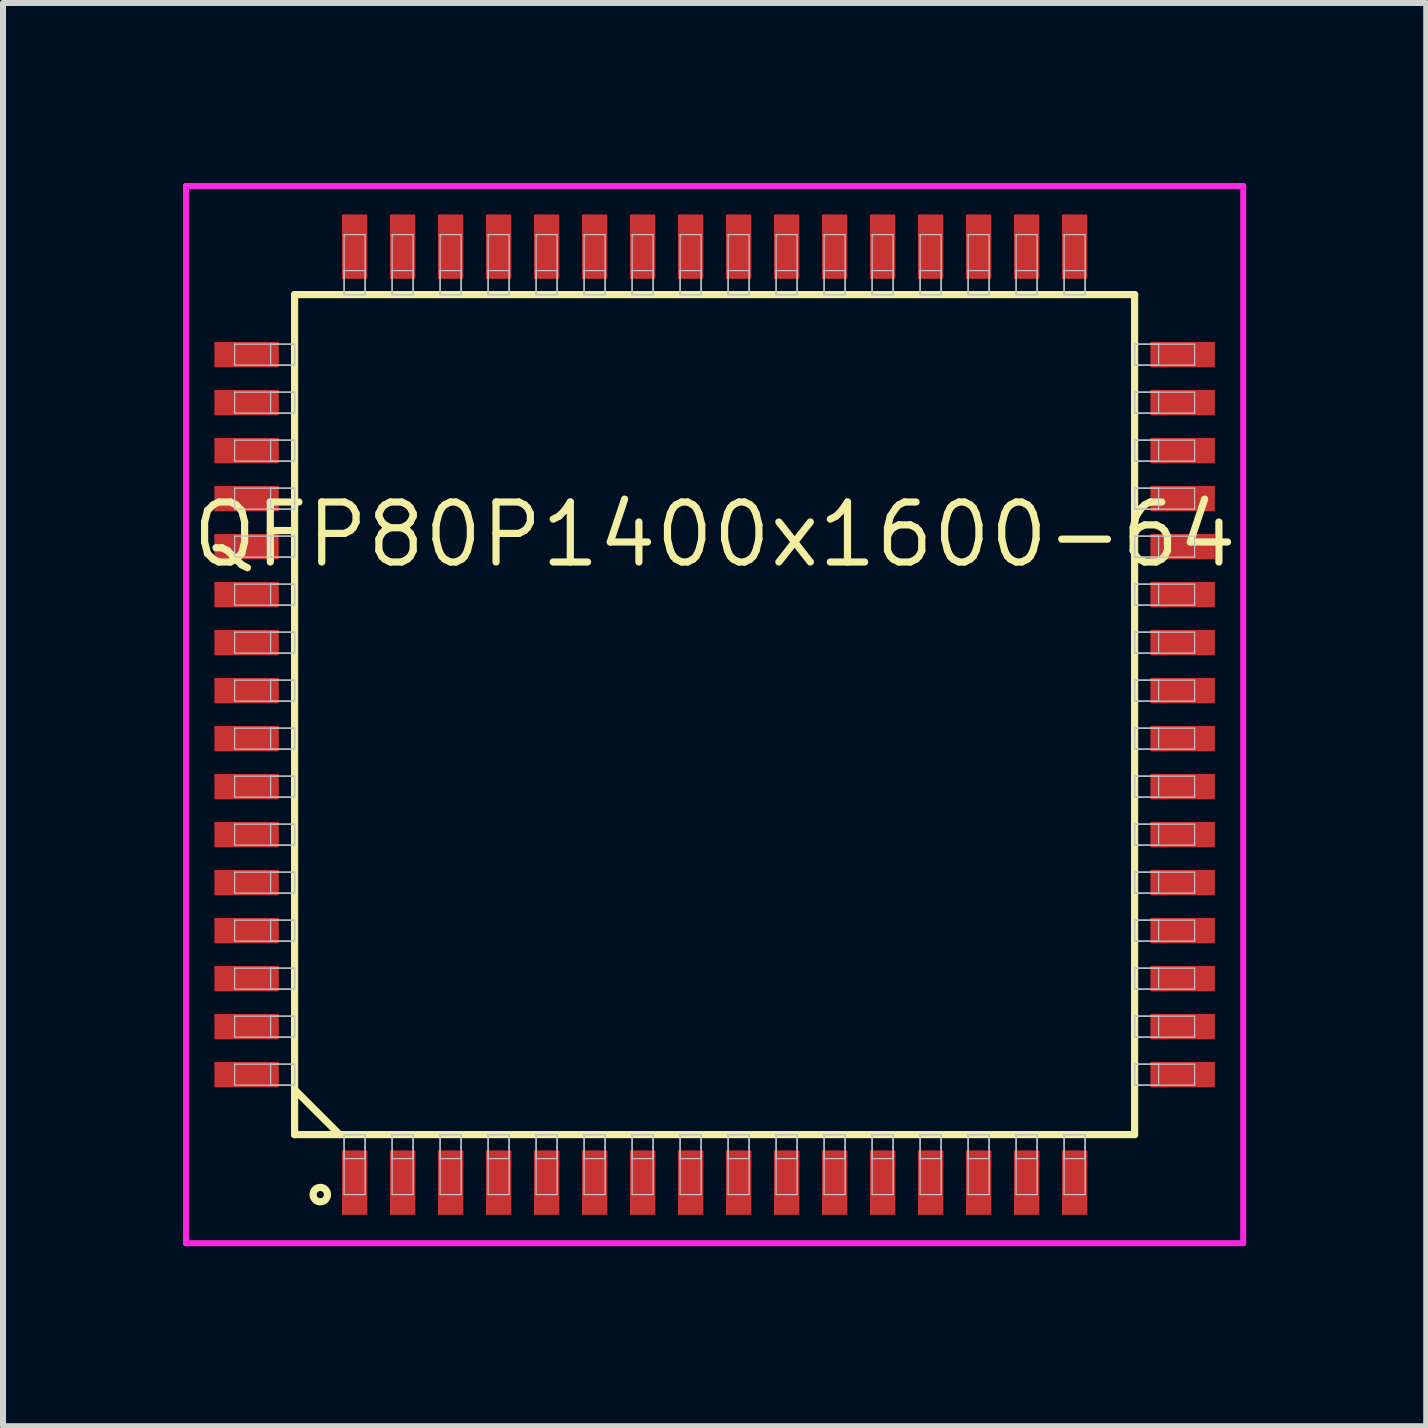
<source format=kicad_pcb>
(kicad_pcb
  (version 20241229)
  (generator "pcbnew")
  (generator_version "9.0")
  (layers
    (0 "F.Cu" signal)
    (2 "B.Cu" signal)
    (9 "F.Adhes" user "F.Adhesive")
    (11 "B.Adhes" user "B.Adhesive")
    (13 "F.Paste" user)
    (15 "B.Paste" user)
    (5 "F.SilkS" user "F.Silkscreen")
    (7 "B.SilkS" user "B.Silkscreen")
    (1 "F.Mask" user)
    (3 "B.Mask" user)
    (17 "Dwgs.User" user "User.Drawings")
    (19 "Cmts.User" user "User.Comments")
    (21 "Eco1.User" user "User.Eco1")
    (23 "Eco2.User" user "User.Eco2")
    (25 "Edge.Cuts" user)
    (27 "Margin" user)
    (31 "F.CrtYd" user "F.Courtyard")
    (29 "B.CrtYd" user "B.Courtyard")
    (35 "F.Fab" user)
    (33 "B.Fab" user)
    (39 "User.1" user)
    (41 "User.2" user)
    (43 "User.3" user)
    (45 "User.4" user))
  (footprint "QFP80P1400x1600-64"
    (layer "F.Cu")
    (at 8.86 8.86)
    (property "Reference" "QFP80P1400x1600-64" (at 0 -3 0) (layer "F.SilkS") (effects (font (size 1 1) (thickness 0.12))))
    (attr through_hole)
    (fp_line (start -7 -7) (end -7 7) (stroke (width 0.12) (type solid)) (layer "F.SilkS"))
    (fp_line (start -7 6.25) (end -6.25 7) (stroke (width 0.12) (type solid)) (layer "F.SilkS"))
    (fp_line (start -7 7) (end 7 7) (stroke (width 0.12) (type solid)) (layer "F.SilkS"))
    (fp_line (start 7 -7) (end -7 -7) (stroke (width 0.12) (type solid)) (layer "F.SilkS"))
    (fp_line (start 7 7) (end 7 -7) (stroke (width 0.12) (type solid)) (layer "F.SilkS"))
    (fp_circle (center -6.572 8) (end -6.452 8) (stroke (width 0.12) (type solid)) (fill no) (layer "F.SilkS"))
    (fp_line (start -8 -6.175) (end -8 -5.825) (stroke (width 0.02) (type solid)) (layer "Dwgs.User"))
    (fp_line (start -8 -5.825) (end -7 -5.825) (stroke (width 0.02) (type solid)) (layer "Dwgs.User"))
    (fp_line (start -8 -5.375) (end -8 -5.025) (stroke (width 0.02) (type solid)) (layer "Dwgs.User"))
    (fp_line (start -8 -5.025) (end -7 -5.025) (stroke (width 0.02) (type solid)) (layer "Dwgs.User"))
    (fp_line (start -8 -4.575) (end -8 -4.225) (stroke (width 0.02) (type solid)) (layer "Dwgs.User"))
    (fp_line (start -8 -4.225) (end -7 -4.225) (stroke (width 0.02) (type solid)) (layer "Dwgs.User"))
    (fp_line (start -8 -3.775) (end -8 -3.425) (stroke (width 0.02) (type solid)) (layer "Dwgs.User"))
    (fp_line (start -8 -3.425) (end -7 -3.425) (stroke (width 0.02) (type solid)) (layer "Dwgs.User"))
    (fp_line (start -8 -2.975) (end -8 -2.625) (stroke (width 0.02) (type solid)) (layer "Dwgs.User"))
    (fp_line (start -8 -2.625) (end -7 -2.625) (stroke (width 0.02) (type solid)) (layer "Dwgs.User"))
    (fp_line (start -8 -2.175) (end -8 -1.825) (stroke (width 0.02) (type solid)) (layer "Dwgs.User"))
    (fp_line (start -8 -1.825) (end -7 -1.825) (stroke (width 0.02) (type solid)) (layer "Dwgs.User"))
    (fp_line (start -8 -1.375) (end -8 -1.025) (stroke (width 0.02) (type solid)) (layer "Dwgs.User"))
    (fp_line (start -8 -1.025) (end -7 -1.025) (stroke (width 0.02) (type solid)) (layer "Dwgs.User"))
    (fp_line (start -8 -0.575) (end -8 -0.225) (stroke (width 0.02) (type solid)) (layer "Dwgs.User"))
    (fp_line (start -8 -0.225) (end -7 -0.225) (stroke (width 0.02) (type solid)) (layer "Dwgs.User"))
    (fp_line (start -8 0.225) (end -8 0.575) (stroke (width 0.02) (type solid)) (layer "Dwgs.User"))
    (fp_line (start -8 0.575) (end -7 0.575) (stroke (width 0.02) (type solid)) (layer "Dwgs.User"))
    (fp_line (start -8 1.025) (end -8 1.375) (stroke (width 0.02) (type solid)) (layer "Dwgs.User"))
    (fp_line (start -8 1.375) (end -7 1.375) (stroke (width 0.02) (type solid)) (layer "Dwgs.User"))
    (fp_line (start -8 1.825) (end -8 2.175) (stroke (width 0.02) (type solid)) (layer "Dwgs.User"))
    (fp_line (start -8 2.175) (end -7 2.175) (stroke (width 0.02) (type solid)) (layer "Dwgs.User"))
    (fp_line (start -8 2.625) (end -8 2.975) (stroke (width 0.02) (type solid)) (layer "Dwgs.User"))
    (fp_line (start -8 2.975) (end -7 2.975) (stroke (width 0.02) (type solid)) (layer "Dwgs.User"))
    (fp_line (start -8 3.425) (end -8 3.775) (stroke (width 0.02) (type solid)) (layer "Dwgs.User"))
    (fp_line (start -8 3.775) (end -7 3.775) (stroke (width 0.02) (type solid)) (layer "Dwgs.User"))
    (fp_line (start -8 4.225) (end -8 4.575) (stroke (width 0.02) (type solid)) (layer "Dwgs.User"))
    (fp_line (start -8 4.575) (end -7 4.575) (stroke (width 0.02) (type solid)) (layer "Dwgs.User"))
    (fp_line (start -8 5.025) (end -8 5.375) (stroke (width 0.02) (type solid)) (layer "Dwgs.User"))
    (fp_line (start -8 5.375) (end -7 5.375) (stroke (width 0.02) (type solid)) (layer "Dwgs.User"))
    (fp_line (start -8 5.825) (end -8 6.175) (stroke (width 0.02) (type solid)) (layer "Dwgs.User"))
    (fp_line (start -8 6.175) (end -7 6.175) (stroke (width 0.02) (type solid)) (layer "Dwgs.User"))
    (fp_line (start -7.4 -6.175) (end -7.4 -5.825) (stroke (width 0.02) (type solid)) (layer "Dwgs.User"))
    (fp_line (start -7.4 -5.825) (end -7 -5.825) (stroke (width 0.02) (type solid)) (layer "Dwgs.User"))
    (fp_line (start -7.4 -5.375) (end -7.4 -5.025) (stroke (width 0.02) (type solid)) (layer "Dwgs.User"))
    (fp_line (start -7.4 -5.025) (end -7 -5.025) (stroke (width 0.02) (type solid)) (layer "Dwgs.User"))
    (fp_line (start -7.4 -4.575) (end -7.4 -4.225) (stroke (width 0.02) (type solid)) (layer "Dwgs.User"))
    (fp_line (start -7.4 -4.225) (end -7 -4.225) (stroke (width 0.02) (type solid)) (layer "Dwgs.User"))
    (fp_line (start -7.4 -3.775) (end -7.4 -3.425) (stroke (width 0.02) (type solid)) (layer "Dwgs.User"))
    (fp_line (start -7.4 -3.425) (end -7 -3.425) (stroke (width 0.02) (type solid)) (layer "Dwgs.User"))
    (fp_line (start -7.4 -2.975) (end -7.4 -2.625) (stroke (width 0.02) (type solid)) (layer "Dwgs.User"))
    (fp_line (start -7.4 -2.625) (end -7 -2.625) (stroke (width 0.02) (type solid)) (layer "Dwgs.User"))
    (fp_line (start -7.4 -2.175) (end -7.4 -1.825) (stroke (width 0.02) (type solid)) (layer "Dwgs.User"))
    (fp_line (start -7.4 -1.825) (end -7 -1.825) (stroke (width 0.02) (type solid)) (layer "Dwgs.User"))
    (fp_line (start -7.4 -1.375) (end -7.4 -1.025) (stroke (width 0.02) (type solid)) (layer "Dwgs.User"))
    (fp_line (start -7.4 -1.025) (end -7 -1.025) (stroke (width 0.02) (type solid)) (layer "Dwgs.User"))
    (fp_line (start -7.4 -0.575) (end -7.4 -0.225) (stroke (width 0.02) (type solid)) (layer "Dwgs.User"))
    (fp_line (start -7.4 -0.225) (end -7 -0.225) (stroke (width 0.02) (type solid)) (layer "Dwgs.User"))
    (fp_line (start -7.4 0.225) (end -7.4 0.575) (stroke (width 0.02) (type solid)) (layer "Dwgs.User"))
    (fp_line (start -7.4 0.575) (end -7 0.575) (stroke (width 0.02) (type solid)) (layer "Dwgs.User"))
    (fp_line (start -7.4 1.025) (end -7.4 1.375) (stroke (width 0.02) (type solid)) (layer "Dwgs.User"))
    (fp_line (start -7.4 1.375) (end -7 1.375) (stroke (width 0.02) (type solid)) (layer "Dwgs.User"))
    (fp_line (start -7.4 1.825) (end -7.4 2.175) (stroke (width 0.02) (type solid)) (layer "Dwgs.User"))
    (fp_line (start -7.4 2.175) (end -7 2.175) (stroke (width 0.02) (type solid)) (layer "Dwgs.User"))
    (fp_line (start -7.4 2.625) (end -7.4 2.975) (stroke (width 0.02) (type solid)) (layer "Dwgs.User"))
    (fp_line (start -7.4 2.975) (end -7 2.975) (stroke (width 0.02) (type solid)) (layer "Dwgs.User"))
    (fp_line (start -7.4 3.425) (end -7.4 3.775) (stroke (width 0.02) (type solid)) (layer "Dwgs.User"))
    (fp_line (start -7.4 3.775) (end -7 3.775) (stroke (width 0.02) (type solid)) (layer "Dwgs.User"))
    (fp_line (start -7.4 4.225) (end -7.4 4.575) (stroke (width 0.02) (type solid)) (layer "Dwgs.User"))
    (fp_line (start -7.4 4.575) (end -7 4.575) (stroke (width 0.02) (type solid)) (layer "Dwgs.User"))
    (fp_line (start -7.4 5.025) (end -7.4 5.375) (stroke (width 0.02) (type solid)) (layer "Dwgs.User"))
    (fp_line (start -7.4 5.375) (end -7 5.375) (stroke (width 0.02) (type solid)) (layer "Dwgs.User"))
    (fp_line (start -7.4 5.825) (end -7.4 6.175) (stroke (width 0.02) (type solid)) (layer "Dwgs.User"))
    (fp_line (start -7.4 6.175) (end -7 6.175) (stroke (width 0.02) (type solid)) (layer "Dwgs.User"))
    (fp_line (start -7 -6.175) (end -8 -6.175) (stroke (width 0.02) (type solid)) (layer "Dwgs.User"))
    (fp_line (start -7 -6.175) (end -7.4 -6.175) (stroke (width 0.02) (type solid)) (layer "Dwgs.User"))
    (fp_line (start -7 -5.825) (end -7 -6.175) (stroke (width 0.02) (type solid)) (layer "Dwgs.User"))
    (fp_line (start -7 -5.825) (end -7 -6.175) (stroke (width 0.02) (type solid)) (layer "Dwgs.User"))
    (fp_line (start -7 -5.375) (end -8 -5.375) (stroke (width 0.02) (type solid)) (layer "Dwgs.User"))
    (fp_line (start -7 -5.375) (end -7.4 -5.375) (stroke (width 0.02) (type solid)) (layer "Dwgs.User"))
    (fp_line (start -7 -5.025) (end -7 -5.375) (stroke (width 0.02) (type solid)) (layer "Dwgs.User"))
    (fp_line (start -7 -5.025) (end -7 -5.375) (stroke (width 0.02) (type solid)) (layer "Dwgs.User"))
    (fp_line (start -7 -4.575) (end -8 -4.575) (stroke (width 0.02) (type solid)) (layer "Dwgs.User"))
    (fp_line (start -7 -4.575) (end -7.4 -4.575) (stroke (width 0.02) (type solid)) (layer "Dwgs.User"))
    (fp_line (start -7 -4.225) (end -7 -4.575) (stroke (width 0.02) (type solid)) (layer "Dwgs.User"))
    (fp_line (start -7 -4.225) (end -7 -4.575) (stroke (width 0.02) (type solid)) (layer "Dwgs.User"))
    (fp_line (start -7 -3.775) (end -8 -3.775) (stroke (width 0.02) (type solid)) (layer "Dwgs.User"))
    (fp_line (start -7 -3.775) (end -7.4 -3.775) (stroke (width 0.02) (type solid)) (layer "Dwgs.User"))
    (fp_line (start -7 -3.425) (end -7 -3.775) (stroke (width 0.02) (type solid)) (layer "Dwgs.User"))
    (fp_line (start -7 -3.425) (end -7 -3.775) (stroke (width 0.02) (type solid)) (layer "Dwgs.User"))
    (fp_line (start -7 -2.975) (end -8 -2.975) (stroke (width 0.02) (type solid)) (layer "Dwgs.User"))
    (fp_line (start -7 -2.975) (end -7.4 -2.975) (stroke (width 0.02) (type solid)) (layer "Dwgs.User"))
    (fp_line (start -7 -2.625) (end -7 -2.975) (stroke (width 0.02) (type solid)) (layer "Dwgs.User"))
    (fp_line (start -7 -2.625) (end -7 -2.975) (stroke (width 0.02) (type solid)) (layer "Dwgs.User"))
    (fp_line (start -7 -2.175) (end -8 -2.175) (stroke (width 0.02) (type solid)) (layer "Dwgs.User"))
    (fp_line (start -7 -2.175) (end -7.4 -2.175) (stroke (width 0.02) (type solid)) (layer "Dwgs.User"))
    (fp_line (start -7 -1.825) (end -7 -2.175) (stroke (width 0.02) (type solid)) (layer "Dwgs.User"))
    (fp_line (start -7 -1.825) (end -7 -2.175) (stroke (width 0.02) (type solid)) (layer "Dwgs.User"))
    (fp_line (start -7 -1.375) (end -8 -1.375) (stroke (width 0.02) (type solid)) (layer "Dwgs.User"))
    (fp_line (start -7 -1.375) (end -7.4 -1.375) (stroke (width 0.02) (type solid)) (layer "Dwgs.User"))
    (fp_line (start -7 -1.025) (end -7 -1.375) (stroke (width 0.02) (type solid)) (layer "Dwgs.User"))
    (fp_line (start -7 -1.025) (end -7 -1.375) (stroke (width 0.02) (type solid)) (layer "Dwgs.User"))
    (fp_line (start -7 -0.575) (end -8 -0.575) (stroke (width 0.02) (type solid)) (layer "Dwgs.User"))
    (fp_line (start -7 -0.575) (end -7.4 -0.575) (stroke (width 0.02) (type solid)) (layer "Dwgs.User"))
    (fp_line (start -7 -0.225) (end -7 -0.575) (stroke (width 0.02) (type solid)) (layer "Dwgs.User"))
    (fp_line (start -7 -0.225) (end -7 -0.575) (stroke (width 0.02) (type solid)) (layer "Dwgs.User"))
    (fp_line (start -7 0.225) (end -8 0.225) (stroke (width 0.02) (type solid)) (layer "Dwgs.User"))
    (fp_line (start -7 0.225) (end -7.4 0.225) (stroke (width 0.02) (type solid)) (layer "Dwgs.User"))
    (fp_line (start -7 0.575) (end -7 0.225) (stroke (width 0.02) (type solid)) (layer "Dwgs.User"))
    (fp_line (start -7 0.575) (end -7 0.225) (stroke (width 0.02) (type solid)) (layer "Dwgs.User"))
    (fp_line (start -7 1.025) (end -8 1.025) (stroke (width 0.02) (type solid)) (layer "Dwgs.User"))
    (fp_line (start -7 1.025) (end -7.4 1.025) (stroke (width 0.02) (type solid)) (layer "Dwgs.User"))
    (fp_line (start -7 1.375) (end -7 1.025) (stroke (width 0.02) (type solid)) (layer "Dwgs.User"))
    (fp_line (start -7 1.375) (end -7 1.025) (stroke (width 0.02) (type solid)) (layer "Dwgs.User"))
    (fp_line (start -7 1.825) (end -8 1.825) (stroke (width 0.02) (type solid)) (layer "Dwgs.User"))
    (fp_line (start -7 1.825) (end -7.4 1.825) (stroke (width 0.02) (type solid)) (layer "Dwgs.User"))
    (fp_line (start -7 2.175) (end -7 1.825) (stroke (width 0.02) (type solid)) (layer "Dwgs.User"))
    (fp_line (start -7 2.175) (end -7 1.825) (stroke (width 0.02) (type solid)) (layer "Dwgs.User"))
    (fp_line (start -7 2.625) (end -8 2.625) (stroke (width 0.02) (type solid)) (layer "Dwgs.User"))
    (fp_line (start -7 2.625) (end -7.4 2.625) (stroke (width 0.02) (type solid)) (layer "Dwgs.User"))
    (fp_line (start -7 2.975) (end -7 2.625) (stroke (width 0.02) (type solid)) (layer "Dwgs.User"))
    (fp_line (start -7 2.975) (end -7 2.625) (stroke (width 0.02) (type solid)) (layer "Dwgs.User"))
    (fp_line (start -7 3.425) (end -8 3.425) (stroke (width 0.02) (type solid)) (layer "Dwgs.User"))
    (fp_line (start -7 3.425) (end -7.4 3.425) (stroke (width 0.02) (type solid)) (layer "Dwgs.User"))
    (fp_line (start -7 3.775) (end -7 3.425) (stroke (width 0.02) (type solid)) (layer "Dwgs.User"))
    (fp_line (start -7 3.775) (end -7 3.425) (stroke (width 0.02) (type solid)) (layer "Dwgs.User"))
    (fp_line (start -7 4.225) (end -8 4.225) (stroke (width 0.02) (type solid)) (layer "Dwgs.User"))
    (fp_line (start -7 4.225) (end -7.4 4.225) (stroke (width 0.02) (type solid)) (layer "Dwgs.User"))
    (fp_line (start -7 4.575) (end -7 4.225) (stroke (width 0.02) (type solid)) (layer "Dwgs.User"))
    (fp_line (start -7 4.575) (end -7 4.225) (stroke (width 0.02) (type solid)) (layer "Dwgs.User"))
    (fp_line (start -7 5.025) (end -8 5.025) (stroke (width 0.02) (type solid)) (layer "Dwgs.User"))
    (fp_line (start -7 5.025) (end -7.4 5.025) (stroke (width 0.02) (type solid)) (layer "Dwgs.User"))
    (fp_line (start -7 5.375) (end -7 5.025) (stroke (width 0.02) (type solid)) (layer "Dwgs.User"))
    (fp_line (start -7 5.375) (end -7 5.025) (stroke (width 0.02) (type solid)) (layer "Dwgs.User"))
    (fp_line (start -7 5.825) (end -8 5.825) (stroke (width 0.02) (type solid)) (layer "Dwgs.User"))
    (fp_line (start -7 5.825) (end -7.4 5.825) (stroke (width 0.02) (type solid)) (layer "Dwgs.User"))
    (fp_line (start -7 6.175) (end -7 5.825) (stroke (width 0.02) (type solid)) (layer "Dwgs.User"))
    (fp_line (start -7 6.175) (end -7 5.825) (stroke (width 0.02) (type solid)) (layer "Dwgs.User"))
    (fp_line (start -6.175 -8) (end -6.175 -7) (stroke (width 0.02) (type solid)) (layer "Dwgs.User"))
    (fp_line (start -6.175 -7.4) (end -6.175 -7) (stroke (width 0.02) (type solid)) (layer "Dwgs.User"))
    (fp_line (start -6.175 -7) (end -5.825 -7) (stroke (width 0.02) (type solid)) (layer "Dwgs.User"))
    (fp_line (start -6.175 -7) (end -5.825 -7) (stroke (width 0.02) (type solid)) (layer "Dwgs.User"))
    (fp_line (start -6.175 7) (end -5.825 7) (stroke (width 0.02) (type solid)) (layer "Dwgs.User"))
    (fp_line (start -6.175 7) (end -5.825 7) (stroke (width 0.02) (type solid)) (layer "Dwgs.User"))
    (fp_line (start -6.175 7.4) (end -6.175 7) (stroke (width 0.02) (type solid)) (layer "Dwgs.User"))
    (fp_line (start -6.175 8) (end -6.175 7) (stroke (width 0.02) (type solid)) (layer "Dwgs.User"))
    (fp_line (start -5.825 -8) (end -6.175 -8) (stroke (width 0.02) (type solid)) (layer "Dwgs.User"))
    (fp_line (start -5.825 -7.4) (end -6.175 -7.4) (stroke (width 0.02) (type solid)) (layer "Dwgs.User"))
    (fp_line (start -5.825 -7) (end -5.825 -8) (stroke (width 0.02) (type solid)) (layer "Dwgs.User"))
    (fp_line (start -5.825 -7) (end -5.825 -7.4) (stroke (width 0.02) (type solid)) (layer "Dwgs.User"))
    (fp_line (start -5.825 7) (end -5.825 7.4) (stroke (width 0.02) (type solid)) (layer "Dwgs.User"))
    (fp_line (start -5.825 7) (end -5.825 8) (stroke (width 0.02) (type solid)) (layer "Dwgs.User"))
    (fp_line (start -5.825 7.4) (end -6.175 7.4) (stroke (width 0.02) (type solid)) (layer "Dwgs.User"))
    (fp_line (start -5.825 8) (end -6.175 8) (stroke (width 0.02) (type solid)) (layer "Dwgs.User"))
    (fp_line (start -5.375 -8) (end -5.375 -7) (stroke (width 0.02) (type solid)) (layer "Dwgs.User"))
    (fp_line (start -5.375 -7.4) (end -5.375 -7) (stroke (width 0.02) (type solid)) (layer "Dwgs.User"))
    (fp_line (start -5.375 -7) (end -5.025 -7) (stroke (width 0.02) (type solid)) (layer "Dwgs.User"))
    (fp_line (start -5.375 -7) (end -5.025 -7) (stroke (width 0.02) (type solid)) (layer "Dwgs.User"))
    (fp_line (start -5.375 7) (end -5.025 7) (stroke (width 0.02) (type solid)) (layer "Dwgs.User"))
    (fp_line (start -5.375 7) (end -5.025 7) (stroke (width 0.02) (type solid)) (layer "Dwgs.User"))
    (fp_line (start -5.375 7.4) (end -5.375 7) (stroke (width 0.02) (type solid)) (layer "Dwgs.User"))
    (fp_line (start -5.375 8) (end -5.375 7) (stroke (width 0.02) (type solid)) (layer "Dwgs.User"))
    (fp_line (start -5.025 -8) (end -5.375 -8) (stroke (width 0.02) (type solid)) (layer "Dwgs.User"))
    (fp_line (start -5.025 -7.4) (end -5.375 -7.4) (stroke (width 0.02) (type solid)) (layer "Dwgs.User"))
    (fp_line (start -5.025 -7) (end -5.025 -8) (stroke (width 0.02) (type solid)) (layer "Dwgs.User"))
    (fp_line (start -5.025 -7) (end -5.025 -7.4) (stroke (width 0.02) (type solid)) (layer "Dwgs.User"))
    (fp_line (start -5.025 7) (end -5.025 7.4) (stroke (width 0.02) (type solid)) (layer "Dwgs.User"))
    (fp_line (start -5.025 7) (end -5.025 8) (stroke (width 0.02) (type solid)) (layer "Dwgs.User"))
    (fp_line (start -5.025 7.4) (end -5.375 7.4) (stroke (width 0.02) (type solid)) (layer "Dwgs.User"))
    (fp_line (start -5.025 8) (end -5.375 8) (stroke (width 0.02) (type solid)) (layer "Dwgs.User"))
    (fp_line (start -4.575 -8) (end -4.575 -7) (stroke (width 0.02) (type solid)) (layer "Dwgs.User"))
    (fp_line (start -4.575 -7.4) (end -4.575 -7) (stroke (width 0.02) (type solid)) (layer "Dwgs.User"))
    (fp_line (start -4.575 -7) (end -4.225 -7) (stroke (width 0.02) (type solid)) (layer "Dwgs.User"))
    (fp_line (start -4.575 -7) (end -4.225 -7) (stroke (width 0.02) (type solid)) (layer "Dwgs.User"))
    (fp_line (start -4.575 7) (end -4.225 7) (stroke (width 0.02) (type solid)) (layer "Dwgs.User"))
    (fp_line (start -4.575 7) (end -4.225 7) (stroke (width 0.02) (type solid)) (layer "Dwgs.User"))
    (fp_line (start -4.575 7.4) (end -4.575 7) (stroke (width 0.02) (type solid)) (layer "Dwgs.User"))
    (fp_line (start -4.575 8) (end -4.575 7) (stroke (width 0.02) (type solid)) (layer "Dwgs.User"))
    (fp_line (start -4.225 -8) (end -4.575 -8) (stroke (width 0.02) (type solid)) (layer "Dwgs.User"))
    (fp_line (start -4.225 -7.4) (end -4.575 -7.4) (stroke (width 0.02) (type solid)) (layer "Dwgs.User"))
    (fp_line (start -4.225 -7) (end -4.225 -8) (stroke (width 0.02) (type solid)) (layer "Dwgs.User"))
    (fp_line (start -4.225 -7) (end -4.225 -7.4) (stroke (width 0.02) (type solid)) (layer "Dwgs.User"))
    (fp_line (start -4.225 7) (end -4.225 7.4) (stroke (width 0.02) (type solid)) (layer "Dwgs.User"))
    (fp_line (start -4.225 7) (end -4.225 8) (stroke (width 0.02) (type solid)) (layer "Dwgs.User"))
    (fp_line (start -4.225 7.4) (end -4.575 7.4) (stroke (width 0.02) (type solid)) (layer "Dwgs.User"))
    (fp_line (start -4.225 8) (end -4.575 8) (stroke (width 0.02) (type solid)) (layer "Dwgs.User"))
    (fp_line (start -3.775 -8) (end -3.775 -7) (stroke (width 0.02) (type solid)) (layer "Dwgs.User"))
    (fp_line (start -3.775 -7.4) (end -3.775 -7) (stroke (width 0.02) (type solid)) (layer "Dwgs.User"))
    (fp_line (start -3.775 -7) (end -3.425 -7) (stroke (width 0.02) (type solid)) (layer "Dwgs.User"))
    (fp_line (start -3.775 -7) (end -3.425 -7) (stroke (width 0.02) (type solid)) (layer "Dwgs.User"))
    (fp_line (start -3.775 7) (end -3.425 7) (stroke (width 0.02) (type solid)) (layer "Dwgs.User"))
    (fp_line (start -3.775 7) (end -3.425 7) (stroke (width 0.02) (type solid)) (layer "Dwgs.User"))
    (fp_line (start -3.775 7.4) (end -3.775 7) (stroke (width 0.02) (type solid)) (layer "Dwgs.User"))
    (fp_line (start -3.775 8) (end -3.775 7) (stroke (width 0.02) (type solid)) (layer "Dwgs.User"))
    (fp_line (start -3.425 -8) (end -3.775 -8) (stroke (width 0.02) (type solid)) (layer "Dwgs.User"))
    (fp_line (start -3.425 -7.4) (end -3.775 -7.4) (stroke (width 0.02) (type solid)) (layer "Dwgs.User"))
    (fp_line (start -3.425 -7) (end -3.425 -8) (stroke (width 0.02) (type solid)) (layer "Dwgs.User"))
    (fp_line (start -3.425 -7) (end -3.425 -7.4) (stroke (width 0.02) (type solid)) (layer "Dwgs.User"))
    (fp_line (start -3.425 7) (end -3.425 7.4) (stroke (width 0.02) (type solid)) (layer "Dwgs.User"))
    (fp_line (start -3.425 7) (end -3.425 8) (stroke (width 0.02) (type solid)) (layer "Dwgs.User"))
    (fp_line (start -3.425 7.4) (end -3.775 7.4) (stroke (width 0.02) (type solid)) (layer "Dwgs.User"))
    (fp_line (start -3.425 8) (end -3.775 8) (stroke (width 0.02) (type solid)) (layer "Dwgs.User"))
    (fp_line (start -2.975 -8) (end -2.975 -7) (stroke (width 0.02) (type solid)) (layer "Dwgs.User"))
    (fp_line (start -2.975 -7.4) (end -2.975 -7) (stroke (width 0.02) (type solid)) (layer "Dwgs.User"))
    (fp_line (start -2.975 -7) (end -2.625 -7) (stroke (width 0.02) (type solid)) (layer "Dwgs.User"))
    (fp_line (start -2.975 -7) (end -2.625 -7) (stroke (width 0.02) (type solid)) (layer "Dwgs.User"))
    (fp_line (start -2.975 7) (end -2.625 7) (stroke (width 0.02) (type solid)) (layer "Dwgs.User"))
    (fp_line (start -2.975 7) (end -2.625 7) (stroke (width 0.02) (type solid)) (layer "Dwgs.User"))
    (fp_line (start -2.975 7.4) (end -2.975 7) (stroke (width 0.02) (type solid)) (layer "Dwgs.User"))
    (fp_line (start -2.975 8) (end -2.975 7) (stroke (width 0.02) (type solid)) (layer "Dwgs.User"))
    (fp_line (start -2.625 -8) (end -2.975 -8) (stroke (width 0.02) (type solid)) (layer "Dwgs.User"))
    (fp_line (start -2.625 -7.4) (end -2.975 -7.4) (stroke (width 0.02) (type solid)) (layer "Dwgs.User"))
    (fp_line (start -2.625 -7) (end -2.625 -8) (stroke (width 0.02) (type solid)) (layer "Dwgs.User"))
    (fp_line (start -2.625 -7) (end -2.625 -7.4) (stroke (width 0.02) (type solid)) (layer "Dwgs.User"))
    (fp_line (start -2.625 7) (end -2.625 7.4) (stroke (width 0.02) (type solid)) (layer "Dwgs.User"))
    (fp_line (start -2.625 7) (end -2.625 8) (stroke (width 0.02) (type solid)) (layer "Dwgs.User"))
    (fp_line (start -2.625 7.4) (end -2.975 7.4) (stroke (width 0.02) (type solid)) (layer "Dwgs.User"))
    (fp_line (start -2.625 8) (end -2.975 8) (stroke (width 0.02) (type solid)) (layer "Dwgs.User"))
    (fp_line (start -2.175 -8) (end -2.175 -7) (stroke (width 0.02) (type solid)) (layer "Dwgs.User"))
    (fp_line (start -2.175 -7.4) (end -2.175 -7) (stroke (width 0.02) (type solid)) (layer "Dwgs.User"))
    (fp_line (start -2.175 -7) (end -1.825 -7) (stroke (width 0.02) (type solid)) (layer "Dwgs.User"))
    (fp_line (start -2.175 -7) (end -1.825 -7) (stroke (width 0.02) (type solid)) (layer "Dwgs.User"))
    (fp_line (start -2.175 7) (end -1.825 7) (stroke (width 0.02) (type solid)) (layer "Dwgs.User"))
    (fp_line (start -2.175 7) (end -1.825 7) (stroke (width 0.02) (type solid)) (layer "Dwgs.User"))
    (fp_line (start -2.175 7.4) (end -2.175 7) (stroke (width 0.02) (type solid)) (layer "Dwgs.User"))
    (fp_line (start -2.175 8) (end -2.175 7) (stroke (width 0.02) (type solid)) (layer "Dwgs.User"))
    (fp_line (start -1.825 -8) (end -2.175 -8) (stroke (width 0.02) (type solid)) (layer "Dwgs.User"))
    (fp_line (start -1.825 -7.4) (end -2.175 -7.4) (stroke (width 0.02) (type solid)) (layer "Dwgs.User"))
    (fp_line (start -1.825 -7) (end -1.825 -8) (stroke (width 0.02) (type solid)) (layer "Dwgs.User"))
    (fp_line (start -1.825 -7) (end -1.825 -7.4) (stroke (width 0.02) (type solid)) (layer "Dwgs.User"))
    (fp_line (start -1.825 7) (end -1.825 7.4) (stroke (width 0.02) (type solid)) (layer "Dwgs.User"))
    (fp_line (start -1.825 7) (end -1.825 8) (stroke (width 0.02) (type solid)) (layer "Dwgs.User"))
    (fp_line (start -1.825 7.4) (end -2.175 7.4) (stroke (width 0.02) (type solid)) (layer "Dwgs.User"))
    (fp_line (start -1.825 8) (end -2.175 8) (stroke (width 0.02) (type solid)) (layer "Dwgs.User"))
    (fp_line (start -1.375 -8) (end -1.375 -7) (stroke (width 0.02) (type solid)) (layer "Dwgs.User"))
    (fp_line (start -1.375 -7.4) (end -1.375 -7) (stroke (width 0.02) (type solid)) (layer "Dwgs.User"))
    (fp_line (start -1.375 -7) (end -1.025 -7) (stroke (width 0.02) (type solid)) (layer "Dwgs.User"))
    (fp_line (start -1.375 -7) (end -1.025 -7) (stroke (width 0.02) (type solid)) (layer "Dwgs.User"))
    (fp_line (start -1.375 7) (end -1.025 7) (stroke (width 0.02) (type solid)) (layer "Dwgs.User"))
    (fp_line (start -1.375 7) (end -1.025 7) (stroke (width 0.02) (type solid)) (layer "Dwgs.User"))
    (fp_line (start -1.375 7.4) (end -1.375 7) (stroke (width 0.02) (type solid)) (layer "Dwgs.User"))
    (fp_line (start -1.375 8) (end -1.375 7) (stroke (width 0.02) (type solid)) (layer "Dwgs.User"))
    (fp_line (start -1.025 -8) (end -1.375 -8) (stroke (width 0.02) (type solid)) (layer "Dwgs.User"))
    (fp_line (start -1.025 -7.4) (end -1.375 -7.4) (stroke (width 0.02) (type solid)) (layer "Dwgs.User"))
    (fp_line (start -1.025 -7) (end -1.025 -8) (stroke (width 0.02) (type solid)) (layer "Dwgs.User"))
    (fp_line (start -1.025 -7) (end -1.025 -7.4) (stroke (width 0.02) (type solid)) (layer "Dwgs.User"))
    (fp_line (start -1.025 7) (end -1.025 7.4) (stroke (width 0.02) (type solid)) (layer "Dwgs.User"))
    (fp_line (start -1.025 7) (end -1.025 8) (stroke (width 0.02) (type solid)) (layer "Dwgs.User"))
    (fp_line (start -1.025 7.4) (end -1.375 7.4) (stroke (width 0.02) (type solid)) (layer "Dwgs.User"))
    (fp_line (start -1.025 8) (end -1.375 8) (stroke (width 0.02) (type solid)) (layer "Dwgs.User"))
    (fp_line (start -0.575 -8) (end -0.575 -7) (stroke (width 0.02) (type solid)) (layer "Dwgs.User"))
    (fp_line (start -0.575 -7.4) (end -0.575 -7) (stroke (width 0.02) (type solid)) (layer "Dwgs.User"))
    (fp_line (start -0.575 -7) (end -0.225 -7) (stroke (width 0.02) (type solid)) (layer "Dwgs.User"))
    (fp_line (start -0.575 -7) (end -0.225 -7) (stroke (width 0.02) (type solid)) (layer "Dwgs.User"))
    (fp_line (start -0.575 7) (end -0.225 7) (stroke (width 0.02) (type solid)) (layer "Dwgs.User"))
    (fp_line (start -0.575 7) (end -0.225 7) (stroke (width 0.02) (type solid)) (layer "Dwgs.User"))
    (fp_line (start -0.575 7.4) (end -0.575 7) (stroke (width 0.02) (type solid)) (layer "Dwgs.User"))
    (fp_line (start -0.575 8) (end -0.575 7) (stroke (width 0.02) (type solid)) (layer "Dwgs.User"))
    (fp_line (start -0.225 -8) (end -0.575 -8) (stroke (width 0.02) (type solid)) (layer "Dwgs.User"))
    (fp_line (start -0.225 -7.4) (end -0.575 -7.4) (stroke (width 0.02) (type solid)) (layer "Dwgs.User"))
    (fp_line (start -0.225 -7) (end -0.225 -8) (stroke (width 0.02) (type solid)) (layer "Dwgs.User"))
    (fp_line (start -0.225 -7) (end -0.225 -7.4) (stroke (width 0.02) (type solid)) (layer "Dwgs.User"))
    (fp_line (start -0.225 7) (end -0.225 7.4) (stroke (width 0.02) (type solid)) (layer "Dwgs.User"))
    (fp_line (start -0.225 7) (end -0.225 8) (stroke (width 0.02) (type solid)) (layer "Dwgs.User"))
    (fp_line (start -0.225 7.4) (end -0.575 7.4) (stroke (width 0.02) (type solid)) (layer "Dwgs.User"))
    (fp_line (start -0.225 8) (end -0.575 8) (stroke (width 0.02) (type solid)) (layer "Dwgs.User"))
    (fp_line (start 0.225 -8) (end 0.225 -7) (stroke (width 0.02) (type solid)) (layer "Dwgs.User"))
    (fp_line (start 0.225 -7.4) (end 0.225 -7) (stroke (width 0.02) (type solid)) (layer "Dwgs.User"))
    (fp_line (start 0.225 -7) (end 0.575 -7) (stroke (width 0.02) (type solid)) (layer "Dwgs.User"))
    (fp_line (start 0.225 -7) (end 0.575 -7) (stroke (width 0.02) (type solid)) (layer "Dwgs.User"))
    (fp_line (start 0.225 7) (end 0.575 7) (stroke (width 0.02) (type solid)) (layer "Dwgs.User"))
    (fp_line (start 0.225 7) (end 0.575 7) (stroke (width 0.02) (type solid)) (layer "Dwgs.User"))
    (fp_line (start 0.225 7.4) (end 0.225 7) (stroke (width 0.02) (type solid)) (layer "Dwgs.User"))
    (fp_line (start 0.225 8) (end 0.225 7) (stroke (width 0.02) (type solid)) (layer "Dwgs.User"))
    (fp_line (start 0.575 -8) (end 0.225 -8) (stroke (width 0.02) (type solid)) (layer "Dwgs.User"))
    (fp_line (start 0.575 -7.4) (end 0.225 -7.4) (stroke (width 0.02) (type solid)) (layer "Dwgs.User"))
    (fp_line (start 0.575 -7) (end 0.575 -8) (stroke (width 0.02) (type solid)) (layer "Dwgs.User"))
    (fp_line (start 0.575 -7) (end 0.575 -7.4) (stroke (width 0.02) (type solid)) (layer "Dwgs.User"))
    (fp_line (start 0.575 7) (end 0.575 7.4) (stroke (width 0.02) (type solid)) (layer "Dwgs.User"))
    (fp_line (start 0.575 7) (end 0.575 8) (stroke (width 0.02) (type solid)) (layer "Dwgs.User"))
    (fp_line (start 0.575 7.4) (end 0.225 7.4) (stroke (width 0.02) (type solid)) (layer "Dwgs.User"))
    (fp_line (start 0.575 8) (end 0.225 8) (stroke (width 0.02) (type solid)) (layer "Dwgs.User"))
    (fp_line (start 1.025 -8) (end 1.025 -7) (stroke (width 0.02) (type solid)) (layer "Dwgs.User"))
    (fp_line (start 1.025 -7.4) (end 1.025 -7) (stroke (width 0.02) (type solid)) (layer "Dwgs.User"))
    (fp_line (start 1.025 -7) (end 1.375 -7) (stroke (width 0.02) (type solid)) (layer "Dwgs.User"))
    (fp_line (start 1.025 -7) (end 1.375 -7) (stroke (width 0.02) (type solid)) (layer "Dwgs.User"))
    (fp_line (start 1.025 7) (end 1.375 7) (stroke (width 0.02) (type solid)) (layer "Dwgs.User"))
    (fp_line (start 1.025 7) (end 1.375 7) (stroke (width 0.02) (type solid)) (layer "Dwgs.User"))
    (fp_line (start 1.025 7.4) (end 1.025 7) (stroke (width 0.02) (type solid)) (layer "Dwgs.User"))
    (fp_line (start 1.025 8) (end 1.025 7) (stroke (width 0.02) (type solid)) (layer "Dwgs.User"))
    (fp_line (start 1.375 -8) (end 1.025 -8) (stroke (width 0.02) (type solid)) (layer "Dwgs.User"))
    (fp_line (start 1.375 -7.4) (end 1.025 -7.4) (stroke (width 0.02) (type solid)) (layer "Dwgs.User"))
    (fp_line (start 1.375 -7) (end 1.375 -8) (stroke (width 0.02) (type solid)) (layer "Dwgs.User"))
    (fp_line (start 1.375 -7) (end 1.375 -7.4) (stroke (width 0.02) (type solid)) (layer "Dwgs.User"))
    (fp_line (start 1.375 7) (end 1.375 7.4) (stroke (width 0.02) (type solid)) (layer "Dwgs.User"))
    (fp_line (start 1.375 7) (end 1.375 8) (stroke (width 0.02) (type solid)) (layer "Dwgs.User"))
    (fp_line (start 1.375 7.4) (end 1.025 7.4) (stroke (width 0.02) (type solid)) (layer "Dwgs.User"))
    (fp_line (start 1.375 8) (end 1.025 8) (stroke (width 0.02) (type solid)) (layer "Dwgs.User"))
    (fp_line (start 1.825 -8) (end 1.825 -7) (stroke (width 0.02) (type solid)) (layer "Dwgs.User"))
    (fp_line (start 1.825 -7.4) (end 1.825 -7) (stroke (width 0.02) (type solid)) (layer "Dwgs.User"))
    (fp_line (start 1.825 -7) (end 2.175 -7) (stroke (width 0.02) (type solid)) (layer "Dwgs.User"))
    (fp_line (start 1.825 -7) (end 2.175 -7) (stroke (width 0.02) (type solid)) (layer "Dwgs.User"))
    (fp_line (start 1.825 7) (end 2.175 7) (stroke (width 0.02) (type solid)) (layer "Dwgs.User"))
    (fp_line (start 1.825 7) (end 2.175 7) (stroke (width 0.02) (type solid)) (layer "Dwgs.User"))
    (fp_line (start 1.825 7.4) (end 1.825 7) (stroke (width 0.02) (type solid)) (layer "Dwgs.User"))
    (fp_line (start 1.825 8) (end 1.825 7) (stroke (width 0.02) (type solid)) (layer "Dwgs.User"))
    (fp_line (start 2.175 -8) (end 1.825 -8) (stroke (width 0.02) (type solid)) (layer "Dwgs.User"))
    (fp_line (start 2.175 -7.4) (end 1.825 -7.4) (stroke (width 0.02) (type solid)) (layer "Dwgs.User"))
    (fp_line (start 2.175 -7) (end 2.175 -8) (stroke (width 0.02) (type solid)) (layer "Dwgs.User"))
    (fp_line (start 2.175 -7) (end 2.175 -7.4) (stroke (width 0.02) (type solid)) (layer "Dwgs.User"))
    (fp_line (start 2.175 7) (end 2.175 7.4) (stroke (width 0.02) (type solid)) (layer "Dwgs.User"))
    (fp_line (start 2.175 7) (end 2.175 8) (stroke (width 0.02) (type solid)) (layer "Dwgs.User"))
    (fp_line (start 2.175 7.4) (end 1.825 7.4) (stroke (width 0.02) (type solid)) (layer "Dwgs.User"))
    (fp_line (start 2.175 8) (end 1.825 8) (stroke (width 0.02) (type solid)) (layer "Dwgs.User"))
    (fp_line (start 2.625 -8) (end 2.625 -7) (stroke (width 0.02) (type solid)) (layer "Dwgs.User"))
    (fp_line (start 2.625 -7.4) (end 2.625 -7) (stroke (width 0.02) (type solid)) (layer "Dwgs.User"))
    (fp_line (start 2.625 -7) (end 2.975 -7) (stroke (width 0.02) (type solid)) (layer "Dwgs.User"))
    (fp_line (start 2.625 -7) (end 2.975 -7) (stroke (width 0.02) (type solid)) (layer "Dwgs.User"))
    (fp_line (start 2.625 7) (end 2.975 7) (stroke (width 0.02) (type solid)) (layer "Dwgs.User"))
    (fp_line (start 2.625 7) (end 2.975 7) (stroke (width 0.02) (type solid)) (layer "Dwgs.User"))
    (fp_line (start 2.625 7.4) (end 2.625 7) (stroke (width 0.02) (type solid)) (layer "Dwgs.User"))
    (fp_line (start 2.625 8) (end 2.625 7) (stroke (width 0.02) (type solid)) (layer "Dwgs.User"))
    (fp_line (start 2.975 -8) (end 2.625 -8) (stroke (width 0.02) (type solid)) (layer "Dwgs.User"))
    (fp_line (start 2.975 -7.4) (end 2.625 -7.4) (stroke (width 0.02) (type solid)) (layer "Dwgs.User"))
    (fp_line (start 2.975 -7) (end 2.975 -8) (stroke (width 0.02) (type solid)) (layer "Dwgs.User"))
    (fp_line (start 2.975 -7) (end 2.975 -7.4) (stroke (width 0.02) (type solid)) (layer "Dwgs.User"))
    (fp_line (start 2.975 7) (end 2.975 7.4) (stroke (width 0.02) (type solid)) (layer "Dwgs.User"))
    (fp_line (start 2.975 7) (end 2.975 8) (stroke (width 0.02) (type solid)) (layer "Dwgs.User"))
    (fp_line (start 2.975 7.4) (end 2.625 7.4) (stroke (width 0.02) (type solid)) (layer "Dwgs.User"))
    (fp_line (start 2.975 8) (end 2.625 8) (stroke (width 0.02) (type solid)) (layer "Dwgs.User"))
    (fp_line (start 3.425 -8) (end 3.425 -7) (stroke (width 0.02) (type solid)) (layer "Dwgs.User"))
    (fp_line (start 3.425 -7.4) (end 3.425 -7) (stroke (width 0.02) (type solid)) (layer "Dwgs.User"))
    (fp_line (start 3.425 -7) (end 3.775 -7) (stroke (width 0.02) (type solid)) (layer "Dwgs.User"))
    (fp_line (start 3.425 -7) (end 3.775 -7) (stroke (width 0.02) (type solid)) (layer "Dwgs.User"))
    (fp_line (start 3.425 7) (end 3.775 7) (stroke (width 0.02) (type solid)) (layer "Dwgs.User"))
    (fp_line (start 3.425 7) (end 3.775 7) (stroke (width 0.02) (type solid)) (layer "Dwgs.User"))
    (fp_line (start 3.425 7.4) (end 3.425 7) (stroke (width 0.02) (type solid)) (layer "Dwgs.User"))
    (fp_line (start 3.425 8) (end 3.425 7) (stroke (width 0.02) (type solid)) (layer "Dwgs.User"))
    (fp_line (start 3.775 -8) (end 3.425 -8) (stroke (width 0.02) (type solid)) (layer "Dwgs.User"))
    (fp_line (start 3.775 -7.4) (end 3.425 -7.4) (stroke (width 0.02) (type solid)) (layer "Dwgs.User"))
    (fp_line (start 3.775 -7) (end 3.775 -8) (stroke (width 0.02) (type solid)) (layer "Dwgs.User"))
    (fp_line (start 3.775 -7) (end 3.775 -7.4) (stroke (width 0.02) (type solid)) (layer "Dwgs.User"))
    (fp_line (start 3.775 7) (end 3.775 7.4) (stroke (width 0.02) (type solid)) (layer "Dwgs.User"))
    (fp_line (start 3.775 7) (end 3.775 8) (stroke (width 0.02) (type solid)) (layer "Dwgs.User"))
    (fp_line (start 3.775 7.4) (end 3.425 7.4) (stroke (width 0.02) (type solid)) (layer "Dwgs.User"))
    (fp_line (start 3.775 8) (end 3.425 8) (stroke (width 0.02) (type solid)) (layer "Dwgs.User"))
    (fp_line (start 4.225 -8) (end 4.225 -7) (stroke (width 0.02) (type solid)) (layer "Dwgs.User"))
    (fp_line (start 4.225 -7.4) (end 4.225 -7) (stroke (width 0.02) (type solid)) (layer "Dwgs.User"))
    (fp_line (start 4.225 -7) (end 4.575 -7) (stroke (width 0.02) (type solid)) (layer "Dwgs.User"))
    (fp_line (start 4.225 -7) (end 4.575 -7) (stroke (width 0.02) (type solid)) (layer "Dwgs.User"))
    (fp_line (start 4.225 7) (end 4.575 7) (stroke (width 0.02) (type solid)) (layer "Dwgs.User"))
    (fp_line (start 4.225 7) (end 4.575 7) (stroke (width 0.02) (type solid)) (layer "Dwgs.User"))
    (fp_line (start 4.225 7.4) (end 4.225 7) (stroke (width 0.02) (type solid)) (layer "Dwgs.User"))
    (fp_line (start 4.225 8) (end 4.225 7) (stroke (width 0.02) (type solid)) (layer "Dwgs.User"))
    (fp_line (start 4.575 -8) (end 4.225 -8) (stroke (width 0.02) (type solid)) (layer "Dwgs.User"))
    (fp_line (start 4.575 -7.4) (end 4.225 -7.4) (stroke (width 0.02) (type solid)) (layer "Dwgs.User"))
    (fp_line (start 4.575 -7) (end 4.575 -8) (stroke (width 0.02) (type solid)) (layer "Dwgs.User"))
    (fp_line (start 4.575 -7) (end 4.575 -7.4) (stroke (width 0.02) (type solid)) (layer "Dwgs.User"))
    (fp_line (start 4.575 7) (end 4.575 7.4) (stroke (width 0.02) (type solid)) (layer "Dwgs.User"))
    (fp_line (start 4.575 7) (end 4.575 8) (stroke (width 0.02) (type solid)) (layer "Dwgs.User"))
    (fp_line (start 4.575 7.4) (end 4.225 7.4) (stroke (width 0.02) (type solid)) (layer "Dwgs.User"))
    (fp_line (start 4.575 8) (end 4.225 8) (stroke (width 0.02) (type solid)) (layer "Dwgs.User"))
    (fp_line (start 5.025 -8) (end 5.025 -7) (stroke (width 0.02) (type solid)) (layer "Dwgs.User"))
    (fp_line (start 5.025 -7.4) (end 5.025 -7) (stroke (width 0.02) (type solid)) (layer "Dwgs.User"))
    (fp_line (start 5.025 -7) (end 5.375 -7) (stroke (width 0.02) (type solid)) (layer "Dwgs.User"))
    (fp_line (start 5.025 -7) (end 5.375 -7) (stroke (width 0.02) (type solid)) (layer "Dwgs.User"))
    (fp_line (start 5.025 7) (end 5.375 7) (stroke (width 0.02) (type solid)) (layer "Dwgs.User"))
    (fp_line (start 5.025 7) (end 5.375 7) (stroke (width 0.02) (type solid)) (layer "Dwgs.User"))
    (fp_line (start 5.025 7.4) (end 5.025 7) (stroke (width 0.02) (type solid)) (layer "Dwgs.User"))
    (fp_line (start 5.025 8) (end 5.025 7) (stroke (width 0.02) (type solid)) (layer "Dwgs.User"))
    (fp_line (start 5.375 -8) (end 5.025 -8) (stroke (width 0.02) (type solid)) (layer "Dwgs.User"))
    (fp_line (start 5.375 -7.4) (end 5.025 -7.4) (stroke (width 0.02) (type solid)) (layer "Dwgs.User"))
    (fp_line (start 5.375 -7) (end 5.375 -8) (stroke (width 0.02) (type solid)) (layer "Dwgs.User"))
    (fp_line (start 5.375 -7) (end 5.375 -7.4) (stroke (width 0.02) (type solid)) (layer "Dwgs.User"))
    (fp_line (start 5.375 7) (end 5.375 7.4) (stroke (width 0.02) (type solid)) (layer "Dwgs.User"))
    (fp_line (start 5.375 7) (end 5.375 8) (stroke (width 0.02) (type solid)) (layer "Dwgs.User"))
    (fp_line (start 5.375 7.4) (end 5.025 7.4) (stroke (width 0.02) (type solid)) (layer "Dwgs.User"))
    (fp_line (start 5.375 8) (end 5.025 8) (stroke (width 0.02) (type solid)) (layer "Dwgs.User"))
    (fp_line (start 5.825 -8) (end 5.825 -7) (stroke (width 0.02) (type solid)) (layer "Dwgs.User"))
    (fp_line (start 5.825 -7.4) (end 5.825 -7) (stroke (width 0.02) (type solid)) (layer "Dwgs.User"))
    (fp_line (start 5.825 -7) (end 6.175 -7) (stroke (width 0.02) (type solid)) (layer "Dwgs.User"))
    (fp_line (start 5.825 -7) (end 6.175 -7) (stroke (width 0.02) (type solid)) (layer "Dwgs.User"))
    (fp_line (start 5.825 7) (end 6.175 7) (stroke (width 0.02) (type solid)) (layer "Dwgs.User"))
    (fp_line (start 5.825 7) (end 6.175 7) (stroke (width 0.02) (type solid)) (layer "Dwgs.User"))
    (fp_line (start 5.825 7.4) (end 5.825 7) (stroke (width 0.02) (type solid)) (layer "Dwgs.User"))
    (fp_line (start 5.825 8) (end 5.825 7) (stroke (width 0.02) (type solid)) (layer "Dwgs.User"))
    (fp_line (start 6.175 -8) (end 5.825 -8) (stroke (width 0.02) (type solid)) (layer "Dwgs.User"))
    (fp_line (start 6.175 -7.4) (end 5.825 -7.4) (stroke (width 0.02) (type solid)) (layer "Dwgs.User"))
    (fp_line (start 6.175 -7) (end 6.175 -8) (stroke (width 0.02) (type solid)) (layer "Dwgs.User"))
    (fp_line (start 6.175 -7) (end 6.175 -7.4) (stroke (width 0.02) (type solid)) (layer "Dwgs.User"))
    (fp_line (start 6.175 7) (end 6.175 7.4) (stroke (width 0.02) (type solid)) (layer "Dwgs.User"))
    (fp_line (start 6.175 7) (end 6.175 8) (stroke (width 0.02) (type solid)) (layer "Dwgs.User"))
    (fp_line (start 6.175 7.4) (end 5.825 7.4) (stroke (width 0.02) (type solid)) (layer "Dwgs.User"))
    (fp_line (start 6.175 8) (end 5.825 8) (stroke (width 0.02) (type solid)) (layer "Dwgs.User"))
    (fp_line (start 7 -6.175) (end 7.4 -6.175) (stroke (width 0.02) (type solid)) (layer "Dwgs.User"))
    (fp_line (start 7 -6.175) (end 8 -6.175) (stroke (width 0.02) (type solid)) (layer "Dwgs.User"))
    (fp_line (start 7 -5.825) (end 7 -6.175) (stroke (width 0.02) (type solid)) (layer "Dwgs.User"))
    (fp_line (start 7 -5.825) (end 7 -6.175) (stroke (width 0.02) (type solid)) (layer "Dwgs.User"))
    (fp_line (start 7 -5.375) (end 7.4 -5.375) (stroke (width 0.02) (type solid)) (layer "Dwgs.User"))
    (fp_line (start 7 -5.375) (end 8 -5.375) (stroke (width 0.02) (type solid)) (layer "Dwgs.User"))
    (fp_line (start 7 -5.025) (end 7 -5.375) (stroke (width 0.02) (type solid)) (layer "Dwgs.User"))
    (fp_line (start 7 -5.025) (end 7 -5.375) (stroke (width 0.02) (type solid)) (layer "Dwgs.User"))
    (fp_line (start 7 -4.575) (end 7.4 -4.575) (stroke (width 0.02) (type solid)) (layer "Dwgs.User"))
    (fp_line (start 7 -4.575) (end 8 -4.575) (stroke (width 0.02) (type solid)) (layer "Dwgs.User"))
    (fp_line (start 7 -4.225) (end 7 -4.575) (stroke (width 0.02) (type solid)) (layer "Dwgs.User"))
    (fp_line (start 7 -4.225) (end 7 -4.575) (stroke (width 0.02) (type solid)) (layer "Dwgs.User"))
    (fp_line (start 7 -3.775) (end 7.4 -3.775) (stroke (width 0.02) (type solid)) (layer "Dwgs.User"))
    (fp_line (start 7 -3.775) (end 8 -3.775) (stroke (width 0.02) (type solid)) (layer "Dwgs.User"))
    (fp_line (start 7 -3.425) (end 7 -3.775) (stroke (width 0.02) (type solid)) (layer "Dwgs.User"))
    (fp_line (start 7 -3.425) (end 7 -3.775) (stroke (width 0.02) (type solid)) (layer "Dwgs.User"))
    (fp_line (start 7 -2.975) (end 7.4 -2.975) (stroke (width 0.02) (type solid)) (layer "Dwgs.User"))
    (fp_line (start 7 -2.975) (end 8 -2.975) (stroke (width 0.02) (type solid)) (layer "Dwgs.User"))
    (fp_line (start 7 -2.625) (end 7 -2.975) (stroke (width 0.02) (type solid)) (layer "Dwgs.User"))
    (fp_line (start 7 -2.625) (end 7 -2.975) (stroke (width 0.02) (type solid)) (layer "Dwgs.User"))
    (fp_line (start 7 -2.175) (end 7.4 -2.175) (stroke (width 0.02) (type solid)) (layer "Dwgs.User"))
    (fp_line (start 7 -2.175) (end 8 -2.175) (stroke (width 0.02) (type solid)) (layer "Dwgs.User"))
    (fp_line (start 7 -1.825) (end 7 -2.175) (stroke (width 0.02) (type solid)) (layer "Dwgs.User"))
    (fp_line (start 7 -1.825) (end 7 -2.175) (stroke (width 0.02) (type solid)) (layer "Dwgs.User"))
    (fp_line (start 7 -1.375) (end 7.4 -1.375) (stroke (width 0.02) (type solid)) (layer "Dwgs.User"))
    (fp_line (start 7 -1.375) (end 8 -1.375) (stroke (width 0.02) (type solid)) (layer "Dwgs.User"))
    (fp_line (start 7 -1.025) (end 7 -1.375) (stroke (width 0.02) (type solid)) (layer "Dwgs.User"))
    (fp_line (start 7 -1.025) (end 7 -1.375) (stroke (width 0.02) (type solid)) (layer "Dwgs.User"))
    (fp_line (start 7 -0.575) (end 7.4 -0.575) (stroke (width 0.02) (type solid)) (layer "Dwgs.User"))
    (fp_line (start 7 -0.575) (end 8 -0.575) (stroke (width 0.02) (type solid)) (layer "Dwgs.User"))
    (fp_line (start 7 -0.225) (end 7 -0.575) (stroke (width 0.02) (type solid)) (layer "Dwgs.User"))
    (fp_line (start 7 -0.225) (end 7 -0.575) (stroke (width 0.02) (type solid)) (layer "Dwgs.User"))
    (fp_line (start 7 0.225) (end 7.4 0.225) (stroke (width 0.02) (type solid)) (layer "Dwgs.User"))
    (fp_line (start 7 0.225) (end 8 0.225) (stroke (width 0.02) (type solid)) (layer "Dwgs.User"))
    (fp_line (start 7 0.575) (end 7 0.225) (stroke (width 0.02) (type solid)) (layer "Dwgs.User"))
    (fp_line (start 7 0.575) (end 7 0.225) (stroke (width 0.02) (type solid)) (layer "Dwgs.User"))
    (fp_line (start 7 1.025) (end 7.4 1.025) (stroke (width 0.02) (type solid)) (layer "Dwgs.User"))
    (fp_line (start 7 1.025) (end 8 1.025) (stroke (width 0.02) (type solid)) (layer "Dwgs.User"))
    (fp_line (start 7 1.375) (end 7 1.025) (stroke (width 0.02) (type solid)) (layer "Dwgs.User"))
    (fp_line (start 7 1.375) (end 7 1.025) (stroke (width 0.02) (type solid)) (layer "Dwgs.User"))
    (fp_line (start 7 1.825) (end 7.4 1.825) (stroke (width 0.02) (type solid)) (layer "Dwgs.User"))
    (fp_line (start 7 1.825) (end 8 1.825) (stroke (width 0.02) (type solid)) (layer "Dwgs.User"))
    (fp_line (start 7 2.175) (end 7 1.825) (stroke (width 0.02) (type solid)) (layer "Dwgs.User"))
    (fp_line (start 7 2.175) (end 7 1.825) (stroke (width 0.02) (type solid)) (layer "Dwgs.User"))
    (fp_line (start 7 2.625) (end 7.4 2.625) (stroke (width 0.02) (type solid)) (layer "Dwgs.User"))
    (fp_line (start 7 2.625) (end 8 2.625) (stroke (width 0.02) (type solid)) (layer "Dwgs.User"))
    (fp_line (start 7 2.975) (end 7 2.625) (stroke (width 0.02) (type solid)) (layer "Dwgs.User"))
    (fp_line (start 7 2.975) (end 7 2.625) (stroke (width 0.02) (type solid)) (layer "Dwgs.User"))
    (fp_line (start 7 3.425) (end 7.4 3.425) (stroke (width 0.02) (type solid)) (layer "Dwgs.User"))
    (fp_line (start 7 3.425) (end 8 3.425) (stroke (width 0.02) (type solid)) (layer "Dwgs.User"))
    (fp_line (start 7 3.775) (end 7 3.425) (stroke (width 0.02) (type solid)) (layer "Dwgs.User"))
    (fp_line (start 7 3.775) (end 7 3.425) (stroke (width 0.02) (type solid)) (layer "Dwgs.User"))
    (fp_line (start 7 4.225) (end 7.4 4.225) (stroke (width 0.02) (type solid)) (layer "Dwgs.User"))
    (fp_line (start 7 4.225) (end 8 4.225) (stroke (width 0.02) (type solid)) (layer "Dwgs.User"))
    (fp_line (start 7 4.575) (end 7 4.225) (stroke (width 0.02) (type solid)) (layer "Dwgs.User"))
    (fp_line (start 7 4.575) (end 7 4.225) (stroke (width 0.02) (type solid)) (layer "Dwgs.User"))
    (fp_line (start 7 5.025) (end 7.4 5.025) (stroke (width 0.02) (type solid)) (layer "Dwgs.User"))
    (fp_line (start 7 5.025) (end 8 5.025) (stroke (width 0.02) (type solid)) (layer "Dwgs.User"))
    (fp_line (start 7 5.375) (end 7 5.025) (stroke (width 0.02) (type solid)) (layer "Dwgs.User"))
    (fp_line (start 7 5.375) (end 7 5.025) (stroke (width 0.02) (type solid)) (layer "Dwgs.User"))
    (fp_line (start 7 5.825) (end 7.4 5.825) (stroke (width 0.02) (type solid)) (layer "Dwgs.User"))
    (fp_line (start 7 5.825) (end 8 5.825) (stroke (width 0.02) (type solid)) (layer "Dwgs.User"))
    (fp_line (start 7 6.175) (end 7 5.825) (stroke (width 0.02) (type solid)) (layer "Dwgs.User"))
    (fp_line (start 7 6.175) (end 7 5.825) (stroke (width 0.02) (type solid)) (layer "Dwgs.User"))
    (fp_line (start 7.4 -6.175) (end 7.4 -5.825) (stroke (width 0.02) (type solid)) (layer "Dwgs.User"))
    (fp_line (start 7.4 -5.825) (end 7 -5.825) (stroke (width 0.02) (type solid)) (layer "Dwgs.User"))
    (fp_line (start 7.4 -5.375) (end 7.4 -5.025) (stroke (width 0.02) (type solid)) (layer "Dwgs.User"))
    (fp_line (start 7.4 -5.025) (end 7 -5.025) (stroke (width 0.02) (type solid)) (layer "Dwgs.User"))
    (fp_line (start 7.4 -4.575) (end 7.4 -4.225) (stroke (width 0.02) (type solid)) (layer "Dwgs.User"))
    (fp_line (start 7.4 -4.225) (end 7 -4.225) (stroke (width 0.02) (type solid)) (layer "Dwgs.User"))
    (fp_line (start 7.4 -3.775) (end 7.4 -3.425) (stroke (width 0.02) (type solid)) (layer "Dwgs.User"))
    (fp_line (start 7.4 -3.425) (end 7 -3.425) (stroke (width 0.02) (type solid)) (layer "Dwgs.User"))
    (fp_line (start 7.4 -2.975) (end 7.4 -2.625) (stroke (width 0.02) (type solid)) (layer "Dwgs.User"))
    (fp_line (start 7.4 -2.625) (end 7 -2.625) (stroke (width 0.02) (type solid)) (layer "Dwgs.User"))
    (fp_line (start 7.4 -2.175) (end 7.4 -1.825) (stroke (width 0.02) (type solid)) (layer "Dwgs.User"))
    (fp_line (start 7.4 -1.825) (end 7 -1.825) (stroke (width 0.02) (type solid)) (layer "Dwgs.User"))
    (fp_line (start 7.4 -1.375) (end 7.4 -1.025) (stroke (width 0.02) (type solid)) (layer "Dwgs.User"))
    (fp_line (start 7.4 -1.025) (end 7 -1.025) (stroke (width 0.02) (type solid)) (layer "Dwgs.User"))
    (fp_line (start 7.4 -0.575) (end 7.4 -0.225) (stroke (width 0.02) (type solid)) (layer "Dwgs.User"))
    (fp_line (start 7.4 -0.225) (end 7 -0.225) (stroke (width 0.02) (type solid)) (layer "Dwgs.User"))
    (fp_line (start 7.4 0.225) (end 7.4 0.575) (stroke (width 0.02) (type solid)) (layer "Dwgs.User"))
    (fp_line (start 7.4 0.575) (end 7 0.575) (stroke (width 0.02) (type solid)) (layer "Dwgs.User"))
    (fp_line (start 7.4 1.025) (end 7.4 1.375) (stroke (width 0.02) (type solid)) (layer "Dwgs.User"))
    (fp_line (start 7.4 1.375) (end 7 1.375) (stroke (width 0.02) (type solid)) (layer "Dwgs.User"))
    (fp_line (start 7.4 1.825) (end 7.4 2.175) (stroke (width 0.02) (type solid)) (layer "Dwgs.User"))
    (fp_line (start 7.4 2.175) (end 7 2.175) (stroke (width 0.02) (type solid)) (layer "Dwgs.User"))
    (fp_line (start 7.4 2.625) (end 7.4 2.975) (stroke (width 0.02) (type solid)) (layer "Dwgs.User"))
    (fp_line (start 7.4 2.975) (end 7 2.975) (stroke (width 0.02) (type solid)) (layer "Dwgs.User"))
    (fp_line (start 7.4 3.425) (end 7.4 3.775) (stroke (width 0.02) (type solid)) (layer "Dwgs.User"))
    (fp_line (start 7.4 3.775) (end 7 3.775) (stroke (width 0.02) (type solid)) (layer "Dwgs.User"))
    (fp_line (start 7.4 4.225) (end 7.4 4.575) (stroke (width 0.02) (type solid)) (layer "Dwgs.User"))
    (fp_line (start 7.4 4.575) (end 7 4.575) (stroke (width 0.02) (type solid)) (layer "Dwgs.User"))
    (fp_line (start 7.4 5.025) (end 7.4 5.375) (stroke (width 0.02) (type solid)) (layer "Dwgs.User"))
    (fp_line (start 7.4 5.375) (end 7 5.375) (stroke (width 0.02) (type solid)) (layer "Dwgs.User"))
    (fp_line (start 7.4 5.825) (end 7.4 6.175) (stroke (width 0.02) (type solid)) (layer "Dwgs.User"))
    (fp_line (start 7.4 6.175) (end 7 6.175) (stroke (width 0.02) (type solid)) (layer "Dwgs.User"))
    (fp_line (start 8 -6.175) (end 8 -5.825) (stroke (width 0.02) (type solid)) (layer "Dwgs.User"))
    (fp_line (start 8 -5.825) (end 7 -5.825) (stroke (width 0.02) (type solid)) (layer "Dwgs.User"))
    (fp_line (start 8 -5.375) (end 8 -5.025) (stroke (width 0.02) (type solid)) (layer "Dwgs.User"))
    (fp_line (start 8 -5.025) (end 7 -5.025) (stroke (width 0.02) (type solid)) (layer "Dwgs.User"))
    (fp_line (start 8 -4.575) (end 8 -4.225) (stroke (width 0.02) (type solid)) (layer "Dwgs.User"))
    (fp_line (start 8 -4.225) (end 7 -4.225) (stroke (width 0.02) (type solid)) (layer "Dwgs.User"))
    (fp_line (start 8 -3.775) (end 8 -3.425) (stroke (width 0.02) (type solid)) (layer "Dwgs.User"))
    (fp_line (start 8 -3.425) (end 7 -3.425) (stroke (width 0.02) (type solid)) (layer "Dwgs.User"))
    (fp_line (start 8 -2.975) (end 8 -2.625) (stroke (width 0.02) (type solid)) (layer "Dwgs.User"))
    (fp_line (start 8 -2.625) (end 7 -2.625) (stroke (width 0.02) (type solid)) (layer "Dwgs.User"))
    (fp_line (start 8 -2.175) (end 8 -1.825) (stroke (width 0.02) (type solid)) (layer "Dwgs.User"))
    (fp_line (start 8 -1.825) (end 7 -1.825) (stroke (width 0.02) (type solid)) (layer "Dwgs.User"))
    (fp_line (start 8 -1.375) (end 8 -1.025) (stroke (width 0.02) (type solid)) (layer "Dwgs.User"))
    (fp_line (start 8 -1.025) (end 7 -1.025) (stroke (width 0.02) (type solid)) (layer "Dwgs.User"))
    (fp_line (start 8 -0.575) (end 8 -0.225) (stroke (width 0.02) (type solid)) (layer "Dwgs.User"))
    (fp_line (start 8 -0.225) (end 7 -0.225) (stroke (width 0.02) (type solid)) (layer "Dwgs.User"))
    (fp_line (start 8 0.225) (end 8 0.575) (stroke (width 0.02) (type solid)) (layer "Dwgs.User"))
    (fp_line (start 8 0.575) (end 7 0.575) (stroke (width 0.02) (type solid)) (layer "Dwgs.User"))
    (fp_line (start 8 1.025) (end 8 1.375) (stroke (width 0.02) (type solid)) (layer "Dwgs.User"))
    (fp_line (start 8 1.375) (end 7 1.375) (stroke (width 0.02) (type solid)) (layer "Dwgs.User"))
    (fp_line (start 8 1.825) (end 8 2.175) (stroke (width 0.02) (type solid)) (layer "Dwgs.User"))
    (fp_line (start 8 2.175) (end 7 2.175) (stroke (width 0.02) (type solid)) (layer "Dwgs.User"))
    (fp_line (start 8 2.625) (end 8 2.975) (stroke (width 0.02) (type solid)) (layer "Dwgs.User"))
    (fp_line (start 8 2.975) (end 7 2.975) (stroke (width 0.02) (type solid)) (layer "Dwgs.User"))
    (fp_line (start 8 3.425) (end 8 3.775) (stroke (width 0.02) (type solid)) (layer "Dwgs.User"))
    (fp_line (start 8 3.775) (end 7 3.775) (stroke (width 0.02) (type solid)) (layer "Dwgs.User"))
    (fp_line (start 8 4.225) (end 8 4.575) (stroke (width 0.02) (type solid)) (layer "Dwgs.User"))
    (fp_line (start 8 4.575) (end 7 4.575) (stroke (width 0.02) (type solid)) (layer "Dwgs.User"))
    (fp_line (start 8 5.025) (end 8 5.375) (stroke (width 0.02) (type solid)) (layer "Dwgs.User"))
    (fp_line (start 8 5.375) (end 7 5.375) (stroke (width 0.02) (type solid)) (layer "Dwgs.User"))
    (fp_line (start 8 5.825) (end 8 6.175) (stroke (width 0.02) (type solid)) (layer "Dwgs.User"))
    (fp_line (start 8 6.175) (end 7 6.175) (stroke (width 0.02) (type solid)) (layer "Dwgs.User"))
    (fp_line (start -0.75 0) (end 0.75 0) (stroke (width 0.12) (type solid)) (layer "Eco1.User"))
    (fp_line (start 0 -0.75) (end 0 0.75) (stroke (width 0.12) (type solid)) (layer "Eco1.User"))
    (fp_circle (center 0 0) (end 0.5 0) (stroke (width 0.12) (type solid)) (fill no) (layer "Eco1.User"))
    (fp_line (start -8.81 -8.81) (end -8.81 8.81) (stroke (width 0.1) (type solid)) (layer "F.CrtYd"))
    (fp_line (start -8.81 8.81) (end 8.81 8.81) (stroke (width 0.1) (type solid)) (layer "F.CrtYd"))
    (fp_line (start 8.81 -8.81) (end -8.81 -8.81) (stroke (width 0.1) (type solid)) (layer "F.CrtYd"))
    (fp_line (start 8.81 8.81) (end 8.81 -8.81) (stroke (width 0.1) (type solid)) (layer "F.CrtYd"))
    (pad "1" smd rect (at -6 7.8) (size 0.423 1.073) (layers "F.Cu" "F.Mask" "F.Paste"))
    (pad "2" smd rect (at -5.2 7.8) (size 0.423 1.073) (layers "F.Cu" "F.Mask" "F.Paste"))
    (pad "3" smd rect (at -4.4 7.8) (size 0.423 1.073) (layers "F.Cu" "F.Mask" "F.Paste"))
    (pad "4" smd rect (at -3.6 7.8) (size 0.423 1.073) (layers "F.Cu" "F.Mask" "F.Paste"))
    (pad "5" smd rect (at -2.8 7.8) (size 0.423 1.073) (layers "F.Cu" "F.Mask" "F.Paste"))
    (pad "6" smd rect (at -2 7.8) (size 0.423 1.073) (layers "F.Cu" "F.Mask" "F.Paste"))
    (pad "7" smd rect (at -1.2 7.8) (size 0.423 1.073) (layers "F.Cu" "F.Mask" "F.Paste"))
    (pad "8" smd rect (at -0.4 7.8) (size 0.423 1.073) (layers "F.Cu" "F.Mask" "F.Paste"))
    (pad "9" smd rect (at 0.4 7.8) (size 0.423 1.073) (layers "F.Cu" "F.Mask" "F.Paste"))
    (pad "10" smd rect (at 1.2 7.8) (size 0.423 1.073) (layers "F.Cu" "F.Mask" "F.Paste"))
    (pad "11" smd rect (at 2 7.8) (size 0.423 1.073) (layers "F.Cu" "F.Mask" "F.Paste"))
    (pad "12" smd rect (at 2.8 7.8) (size 0.423 1.073) (layers "F.Cu" "F.Mask" "F.Paste"))
    (pad "13" smd rect (at 3.6 7.8) (size 0.423 1.073) (layers "F.Cu" "F.Mask" "F.Paste"))
    (pad "14" smd rect (at 4.4 7.8) (size 0.423 1.073) (layers "F.Cu" "F.Mask" "F.Paste"))
    (pad "15" smd rect (at 5.2 7.8) (size 0.423 1.073) (layers "F.Cu" "F.Mask" "F.Paste"))
    (pad "16" smd rect (at 6 7.8) (size 0.423 1.073) (layers "F.Cu" "F.Mask" "F.Paste"))
    (pad "17" smd rect (at 7.8 6) (size 1.073 0.423) (layers "F.Cu" "F.Mask" "F.Paste"))
    (pad "18" smd rect (at 7.8 5.2) (size 1.073 0.423) (layers "F.Cu" "F.Mask" "F.Paste"))
    (pad "19" smd rect (at 7.8 4.4) (size 1.073 0.423) (layers "F.Cu" "F.Mask" "F.Paste"))
    (pad "20" smd rect (at 7.8 3.6) (size 1.073 0.423) (layers "F.Cu" "F.Mask" "F.Paste"))
    (pad "21" smd rect (at 7.8 2.8) (size 1.073 0.423) (layers "F.Cu" "F.Mask" "F.Paste"))
    (pad "22" smd rect (at 7.8 2) (size 1.073 0.423) (layers "F.Cu" "F.Mask" "F.Paste"))
    (pad "23" smd rect (at 7.8 1.2) (size 1.073 0.423) (layers "F.Cu" "F.Mask" "F.Paste"))
    (pad "24" smd rect (at 7.8 0.4) (size 1.073 0.423) (layers "F.Cu" "F.Mask" "F.Paste"))
    (pad "25" smd rect (at 7.8 -0.4) (size 1.073 0.423) (layers "F.Cu" "F.Mask" "F.Paste"))
    (pad "26" smd rect (at 7.8 -1.2) (size 1.073 0.423) (layers "F.Cu" "F.Mask" "F.Paste"))
    (pad "27" smd rect (at 7.8 -2) (size 1.073 0.423) (layers "F.Cu" "F.Mask" "F.Paste"))
    (pad "28" smd rect (at 7.8 -2.8) (size 1.073 0.423) (layers "F.Cu" "F.Mask" "F.Paste"))
    (pad "29" smd rect (at 7.8 -3.6) (size 1.073 0.423) (layers "F.Cu" "F.Mask" "F.Paste"))
    (pad "30" smd rect (at 7.8 -4.4) (size 1.073 0.423) (layers "F.Cu" "F.Mask" "F.Paste"))
    (pad "31" smd rect (at 7.8 -5.2) (size 1.073 0.423) (layers "F.Cu" "F.Mask" "F.Paste"))
    (pad "32" smd rect (at 7.8 -6) (size 1.073 0.423) (layers "F.Cu" "F.Mask" "F.Paste"))
    (pad "33" smd rect (at 6 -7.8) (size 0.423 1.073) (layers "F.Cu" "F.Mask" "F.Paste"))
    (pad "34" smd rect (at 5.2 -7.8) (size 0.423 1.073) (layers "F.Cu" "F.Mask" "F.Paste"))
    (pad "35" smd rect (at 4.4 -7.8) (size 0.423 1.073) (layers "F.Cu" "F.Mask" "F.Paste"))
    (pad "36" smd rect (at 3.6 -7.8) (size 0.423 1.073) (layers "F.Cu" "F.Mask" "F.Paste"))
    (pad "37" smd rect (at 2.8 -7.8) (size 0.423 1.073) (layers "F.Cu" "F.Mask" "F.Paste"))
    (pad "38" smd rect (at 2 -7.8) (size 0.423 1.073) (layers "F.Cu" "F.Mask" "F.Paste"))
    (pad "39" smd rect (at 1.2 -7.8) (size 0.423 1.073) (layers "F.Cu" "F.Mask" "F.Paste"))
    (pad "40" smd rect (at 0.4 -7.8) (size 0.423 1.073) (layers "F.Cu" "F.Mask" "F.Paste"))
    (pad "41" smd rect (at -0.4 -7.8) (size 0.423 1.073) (layers "F.Cu" "F.Mask" "F.Paste"))
    (pad "42" smd rect (at -1.2 -7.8) (size 0.423 1.073) (layers "F.Cu" "F.Mask" "F.Paste"))
    (pad "43" smd rect (at -2 -7.8) (size 0.423 1.073) (layers "F.Cu" "F.Mask" "F.Paste"))
    (pad "44" smd rect (at -2.8 -7.8) (size 0.423 1.073) (layers "F.Cu" "F.Mask" "F.Paste"))
    (pad "45" smd rect (at -3.6 -7.8) (size 0.423 1.073) (layers "F.Cu" "F.Mask" "F.Paste"))
    (pad "46" smd rect (at -4.4 -7.8) (size 0.423 1.073) (layers "F.Cu" "F.Mask" "F.Paste"))
    (pad "47" smd rect (at -5.2 -7.8) (size 0.423 1.073) (layers "F.Cu" "F.Mask" "F.Paste"))
    (pad "48" smd rect (at -6 -7.8) (size 0.423 1.073) (layers "F.Cu" "F.Mask" "F.Paste"))
    (pad "49" smd rect (at -7.8 -6) (size 1.073 0.423) (layers "F.Cu" "F.Mask" "F.Paste"))
    (pad "50" smd rect (at -7.8 -5.2) (size 1.073 0.423) (layers "F.Cu" "F.Mask" "F.Paste"))
    (pad "51" smd rect (at -7.8 -4.4) (size 1.073 0.423) (layers "F.Cu" "F.Mask" "F.Paste"))
    (pad "52" smd rect (at -7.8 -3.6) (size 1.073 0.423) (layers "F.Cu" "F.Mask" "F.Paste"))
    (pad "53" smd rect (at -7.8 -2.8) (size 1.073 0.423) (layers "F.Cu" "F.Mask" "F.Paste"))
    (pad "54" smd rect (at -7.8 -2) (size 1.073 0.423) (layers "F.Cu" "F.Mask" "F.Paste"))
    (pad "55" smd rect (at -7.8 -1.2) (size 1.073 0.423) (layers "F.Cu" "F.Mask" "F.Paste"))
    (pad "56" smd rect (at -7.8 -0.4) (size 1.073 0.423) (layers "F.Cu" "F.Mask" "F.Paste"))
    (pad "57" smd rect (at -7.8 0.4) (size 1.073 0.423) (layers "F.Cu" "F.Mask" "F.Paste"))
    (pad "58" smd rect (at -7.8 1.2) (size 1.073 0.423) (layers "F.Cu" "F.Mask" "F.Paste"))
    (pad "59" smd rect (at -7.8 2) (size 1.073 0.423) (layers "F.Cu" "F.Mask" "F.Paste"))
    (pad "60" smd rect (at -7.8 2.8) (size 1.073 0.423) (layers "F.Cu" "F.Mask" "F.Paste"))
    (pad "61" smd rect (at -7.8 3.6) (size 1.073 0.423) (layers "F.Cu" "F.Mask" "F.Paste"))
    (pad "62" smd rect (at -7.8 4.4) (size 1.073 0.423) (layers "F.Cu" "F.Mask" "F.Paste"))
    (pad "63" smd rect (at -7.8 5.2) (size 1.073 0.423) (layers "F.Cu" "F.Mask" "F.Paste"))
    (pad "64" smd rect (at -7.8 6) (size 1.073 0.423) (layers "F.Cu" "F.Mask" "F.Paste")))
  (gr_rect
    (start -3 -3)
    (end 20.72 20.72)
    (stroke (width 0.1) (type default))
    (fill no)
    (layer "Edge.Cuts")))
</source>
